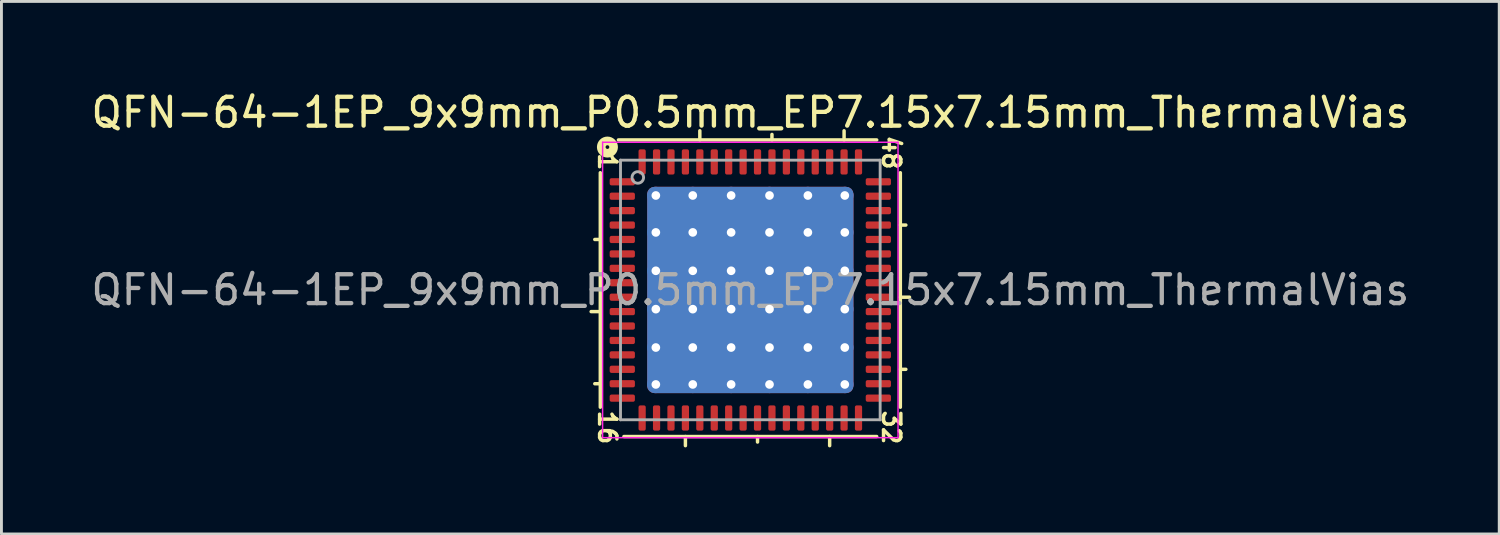
<source format=kicad_pcb>
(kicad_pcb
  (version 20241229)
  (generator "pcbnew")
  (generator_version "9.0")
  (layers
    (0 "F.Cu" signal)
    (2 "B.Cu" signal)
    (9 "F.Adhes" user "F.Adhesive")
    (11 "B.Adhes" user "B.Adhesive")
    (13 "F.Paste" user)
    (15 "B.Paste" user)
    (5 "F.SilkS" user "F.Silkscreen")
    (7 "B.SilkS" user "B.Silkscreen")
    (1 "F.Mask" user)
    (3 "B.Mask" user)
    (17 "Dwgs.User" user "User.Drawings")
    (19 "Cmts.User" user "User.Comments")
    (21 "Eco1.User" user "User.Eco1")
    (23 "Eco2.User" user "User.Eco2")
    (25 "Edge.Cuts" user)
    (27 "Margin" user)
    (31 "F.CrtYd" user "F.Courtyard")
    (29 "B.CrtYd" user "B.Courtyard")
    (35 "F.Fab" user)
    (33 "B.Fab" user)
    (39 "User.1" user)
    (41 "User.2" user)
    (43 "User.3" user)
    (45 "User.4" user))
  (footprint "QFN-64-1EP_9x9mm_P0.5mm_EP7.15x7.15mm_ThermalVias"
    (layer "F.Cu")
    (at 22.958 7.001)
    (property "Reference" "QFN-64-1EP_9x9mm_P0.5mm_EP7.15x7.15mm_ThermalVias" (at 0 -6.152 0) (layer "F.SilkS") (effects (font (size 1 1) (thickness 0.15))))
    (attr smd)
    (fp_line (start -5.2 -4.064) (end -5.2 4.064) (stroke (width 0.12) (type solid)) (layer "F.SilkS"))
    (fp_line (start -5.2 -1.75) (end -5.391 -1.75) (stroke (width 0.12) (type solid)) (layer "F.SilkS"))
    (fp_line (start -5.2 0.75) (end -5.518 0.75) (stroke (width 0.12) (type solid)) (layer "F.SilkS"))
    (fp_line (start -5.2 3.25) (end -5.391 3.25) (stroke (width 0.12) (type solid)) (layer "F.SilkS"))
    (fp_line (start -4.381 5.08) (end 4.381 5.08) (stroke (width 0.12) (type solid)) (layer "F.SilkS"))
    (fp_line (start -2.25 5.08) (end -2.25 5.397) (stroke (width 0.12) (type solid)) (layer "F.SilkS"))
    (fp_line (start -1.75 -5.2) (end -1.75 -5.518) (stroke (width 0.12) (type solid)) (layer "F.SilkS"))
    (fp_line (start 0.25 5.08) (end 0.25 5.271) (stroke (width 0.12) (type solid)) (layer "F.SilkS"))
    (fp_line (start 0.75 -5.2) (end 0.75 -5.391) (stroke (width 0.12) (type solid)) (layer "F.SilkS"))
    (fp_line (start 2.75 5.08) (end 2.75 5.397) (stroke (width 0.12) (type solid)) (layer "F.SilkS"))
    (fp_line (start 3.25 -5.2) (end 3.25 -5.518) (stroke (width 0.12) (type solid)) (layer "F.SilkS"))
    (fp_line (start 4.381 -5.2) (end -4.572 -5.2) (stroke (width 0.12) (type solid)) (layer "F.SilkS"))
    (fp_line (start 5.2 -2.25) (end 5.391 -2.25) (stroke (width 0.12) (type solid)) (layer "F.SilkS"))
    (fp_line (start 5.2 0.25) (end 5.518 0.25) (stroke (width 0.12) (type solid)) (layer "F.SilkS"))
    (fp_line (start 5.2 2.75) (end 5.391 2.75) (stroke (width 0.12) (type solid)) (layer "F.SilkS"))
    (fp_line (start 5.2 4.064) (end 5.2 -4.064) (stroke (width 0.12) (type solid)) (layer "F.SilkS"))
    (fp_circle (center -4.953 -4.953) (end -4.889 -4.953) (stroke (width 0.3) (type solid)) (fill no) (layer "F.SilkS"))
    (fp_line (start -5.12 -5.12) (end -5.12 5.12) (stroke (width 0.05) (type solid)) (layer "F.CrtYd"))
    (fp_line (start -5.12 5.12) (end 5.12 5.12) (stroke (width 0.05) (type solid)) (layer "F.CrtYd"))
    (fp_line (start 5.12 -5.12) (end -5.12 -5.12) (stroke (width 0.05) (type solid)) (layer "F.CrtYd"))
    (fp_line (start 5.12 5.12) (end 5.12 -5.12) (stroke (width 0.05) (type solid)) (layer "F.CrtYd"))
    (fp_line (start -4.5 -4.5) (end 4.5 -4.5) (stroke (width 0.1) (type solid)) (layer "F.Fab"))
    (fp_line (start -4.5 4.5) (end -4.5 -4.5) (stroke (width 0.1) (type solid)) (layer "F.Fab"))
    (fp_line (start 4.5 -4.5) (end 4.5 4.5) (stroke (width 0.1) (type solid)) (layer "F.Fab"))
    (fp_line (start 4.5 4.5) (end -4.5 4.5) (stroke (width 0.1) (type solid)) (layer "F.Fab"))
    (fp_circle (center -3.9 -3.9) (end -3.7 -3.9) (stroke (width 0.1) (type solid)) (fill no) (layer "F.Fab"))
    (fp_text user "32" (at 4.889 4.763 270) (unlocked yes) (layer "F.SilkS") (effects (font (size 0.6 0.6) (thickness 0.12))))
    (fp_text user "48" (at 4.889 -4.763 270) (unlocked yes) (layer "F.SilkS") (effects (font (size 0.6 0.6) (thickness 0.12))))
    (fp_text user "16" (at -4.953 4.763 270) (unlocked yes) (layer "F.SilkS") (effects (font (size 0.6 0.6) (thickness 0.12))))
    (fp_text user "1" (at -4.953 -4.445 270) (unlocked yes) (layer "F.SilkS") (effects (font (size 0.6 0.6) (thickness 0.12))))
    (fp_text user "${REFERENCE}" (at 0 0 0) (layer "F.Fab") (effects (font (size 1 1) (thickness 0.15))))
    (pad "" smd roundrect (at -2.66 -2.66) (size 1.153 1.153) (layers "F.Paste") (roundrect_rratio 0.217))
    (pad "" smd roundrect (at -2.66 -1.33) (size 1.153 1.153) (layers "F.Paste") (roundrect_rratio 0.217))
    (pad "" smd roundrect (at -2.66 0) (size 1.153 1.153) (layers "F.Paste") (roundrect_rratio 0.217))
    (pad "" smd roundrect (at -2.66 1.33) (size 1.153 1.153) (layers "F.Paste") (roundrect_rratio 0.217))
    (pad "" smd roundrect (at -2.66 2.66) (size 1.153 1.153) (layers "F.Paste") (roundrect_rratio 0.217))
    (pad "" smd roundrect (at -1.33 -2.66) (size 1.153 1.153) (layers "F.Paste") (roundrect_rratio 0.217))
    (pad "" smd roundrect (at -1.33 -1.33) (size 1.153 1.153) (layers "F.Paste") (roundrect_rratio 0.217))
    (pad "" smd roundrect (at -1.33 0) (size 1.153 1.153) (layers "F.Paste") (roundrect_rratio 0.217))
    (pad "" smd roundrect (at -1.33 1.33) (size 1.153 1.153) (layers "F.Paste") (roundrect_rratio 0.217))
    (pad "" smd roundrect (at -1.33 2.66) (size 1.153 1.153) (layers "F.Paste") (roundrect_rratio 0.217))
    (pad "" smd roundrect (at 0 -2.66) (size 1.153 1.153) (layers "F.Paste") (roundrect_rratio 0.217))
    (pad "" smd roundrect (at 0 -1.33) (size 1.153 1.153) (layers "F.Paste") (roundrect_rratio 0.217))
    (pad "" smd roundrect (at 0 0) (size 1.153 1.153) (layers "F.Paste") (roundrect_rratio 0.217))
    (pad "" smd roundrect (at 0 1.33) (size 1.153 1.153) (layers "F.Paste") (roundrect_rratio 0.217))
    (pad "" smd roundrect (at 0 2.66) (size 1.153 1.153) (layers "F.Paste") (roundrect_rratio 0.217))
    (pad "" smd roundrect (at 1.33 -2.66) (size 1.153 1.153) (layers "F.Paste") (roundrect_rratio 0.217))
    (pad "" smd roundrect (at 1.33 -1.33) (size 1.153 1.153) (layers "F.Paste") (roundrect_rratio 0.217))
    (pad "" smd roundrect (at 1.33 0) (size 1.153 1.153) (layers "F.Paste") (roundrect_rratio 0.217))
    (pad "" smd roundrect (at 1.33 1.33) (size 1.153 1.153) (layers "F.Paste") (roundrect_rratio 0.217))
    (pad "" smd roundrect (at 1.33 2.66) (size 1.153 1.153) (layers "F.Paste") (roundrect_rratio 0.217))
    (pad "" smd roundrect (at 2.66 -2.66) (size 1.153 1.153) (layers "F.Paste") (roundrect_rratio 0.217))
    (pad "" smd roundrect (at 2.66 -1.33) (size 1.153 1.153) (layers "F.Paste") (roundrect_rratio 0.217))
    (pad "" smd roundrect (at 2.66 0) (size 1.153 1.153) (layers "F.Paste") (roundrect_rratio 0.217))
    (pad "" smd roundrect (at 2.66 1.33) (size 1.153 1.153) (layers "F.Paste") (roundrect_rratio 0.217))
    (pad "" smd roundrect (at 2.66 2.66) (size 1.153 1.153) (layers "F.Paste") (roundrect_rratio 0.217))
    (pad "1" smd roundrect (at -4.438 -3.75) (size 0.875 0.25) (layers "F.Cu" "F.Mask" "F.Paste") (roundrect_rratio 0.25))
    (pad "2" smd roundrect (at -4.438 -3.25) (size 0.875 0.25) (layers "F.Cu" "F.Mask" "F.Paste") (roundrect_rratio 0.25))
    (pad "3" smd roundrect (at -4.438 -2.75) (size 0.875 0.25) (layers "F.Cu" "F.Mask" "F.Paste") (roundrect_rratio 0.25))
    (pad "4" smd roundrect (at -4.438 -2.25) (size 0.875 0.25) (layers "F.Cu" "F.Mask" "F.Paste") (roundrect_rratio 0.25))
    (pad "5" smd roundrect (at -4.438 -1.75) (size 0.875 0.25) (layers "F.Cu" "F.Mask" "F.Paste") (roundrect_rratio 0.25))
    (pad "6" smd roundrect (at -4.438 -1.25) (size 0.875 0.25) (layers "F.Cu" "F.Mask" "F.Paste") (roundrect_rratio 0.25))
    (pad "7" smd roundrect (at -4.438 -0.75) (size 0.875 0.25) (layers "F.Cu" "F.Mask" "F.Paste") (roundrect_rratio 0.25))
    (pad "8" smd roundrect (at -4.438 -0.25) (size 0.875 0.25) (layers "F.Cu" "F.Mask" "F.Paste") (roundrect_rratio 0.25))
    (pad "9" smd roundrect (at -4.438 0.25) (size 0.875 0.25) (layers "F.Cu" "F.Mask" "F.Paste") (roundrect_rratio 0.25))
    (pad "10" smd roundrect (at -4.438 0.75) (size 0.875 0.25) (layers "F.Cu" "F.Mask" "F.Paste") (roundrect_rratio 0.25))
    (pad "11" smd roundrect (at -4.438 1.25) (size 0.875 0.25) (layers "F.Cu" "F.Mask" "F.Paste") (roundrect_rratio 0.25))
    (pad "12" smd roundrect (at -4.438 1.75) (size 0.875 0.25) (layers "F.Cu" "F.Mask" "F.Paste") (roundrect_rratio 0.25))
    (pad "13" smd roundrect (at -4.438 2.25) (size 0.875 0.25) (layers "F.Cu" "F.Mask" "F.Paste") (roundrect_rratio 0.25))
    (pad "14" smd roundrect (at -4.438 2.75) (size 0.875 0.25) (layers "F.Cu" "F.Mask" "F.Paste") (roundrect_rratio 0.25))
    (pad "15" smd roundrect (at -4.438 3.25) (size 0.875 0.25) (layers "F.Cu" "F.Mask" "F.Paste") (roundrect_rratio 0.25))
    (pad "16" smd roundrect (at -4.438 3.75) (size 0.875 0.25) (layers "F.Cu" "F.Mask" "F.Paste") (roundrect_rratio 0.25))
    (pad "17" smd roundrect (at -3.75 4.438) (size 0.25 0.875) (layers "F.Cu" "F.Mask" "F.Paste") (roundrect_rratio 0.25))
    (pad "18" smd roundrect (at -3.25 4.438) (size 0.25 0.875) (layers "F.Cu" "F.Mask" "F.Paste") (roundrect_rratio 0.25))
    (pad "19" smd roundrect (at -2.75 4.438) (size 0.25 0.875) (layers "F.Cu" "F.Mask" "F.Paste") (roundrect_rratio 0.25))
    (pad "20" smd roundrect (at -2.25 4.438) (size 0.25 0.875) (layers "F.Cu" "F.Mask" "F.Paste") (roundrect_rratio 0.25))
    (pad "21" smd roundrect (at -1.75 4.438) (size 0.25 0.875) (layers "F.Cu" "F.Mask" "F.Paste") (roundrect_rratio 0.25))
    (pad "22" smd roundrect (at -1.25 4.438) (size 0.25 0.875) (layers "F.Cu" "F.Mask" "F.Paste") (roundrect_rratio 0.25))
    (pad "23" smd roundrect (at -0.75 4.438) (size 0.25 0.875) (layers "F.Cu" "F.Mask" "F.Paste") (roundrect_rratio 0.25))
    (pad "24" smd roundrect (at -0.25 4.438) (size 0.25 0.875) (layers "F.Cu" "F.Mask" "F.Paste") (roundrect_rratio 0.25))
    (pad "25" smd roundrect (at 0.25 4.438) (size 0.25 0.875) (layers "F.Cu" "F.Mask" "F.Paste") (roundrect_rratio 0.25))
    (pad "26" smd roundrect (at 0.75 4.438) (size 0.25 0.875) (layers "F.Cu" "F.Mask" "F.Paste") (roundrect_rratio 0.25))
    (pad "27" smd roundrect (at 1.25 4.438) (size 0.25 0.875) (layers "F.Cu" "F.Mask" "F.Paste") (roundrect_rratio 0.25))
    (pad "28" smd roundrect (at 1.75 4.438) (size 0.25 0.875) (layers "F.Cu" "F.Mask" "F.Paste") (roundrect_rratio 0.25))
    (pad "29" smd roundrect (at 2.25 4.438) (size 0.25 0.875) (layers "F.Cu" "F.Mask" "F.Paste") (roundrect_rratio 0.25))
    (pad "30" smd roundrect (at 2.75 4.438) (size 0.25 0.875) (layers "F.Cu" "F.Mask" "F.Paste") (roundrect_rratio 0.25))
    (pad "31" smd roundrect (at 3.25 4.438) (size 0.25 0.875) (layers "F.Cu" "F.Mask" "F.Paste") (roundrect_rratio 0.25))
    (pad "32" smd roundrect (at 3.75 4.438) (size 0.25 0.875) (layers "F.Cu" "F.Mask" "F.Paste") (roundrect_rratio 0.25))
    (pad "33" smd roundrect (at 4.438 3.75) (size 0.875 0.25) (layers "F.Cu" "F.Mask" "F.Paste") (roundrect_rratio 0.25))
    (pad "34" smd roundrect (at 4.438 3.25) (size 0.875 0.25) (layers "F.Cu" "F.Mask" "F.Paste") (roundrect_rratio 0.25))
    (pad "35" smd roundrect (at 4.438 2.75) (size 0.875 0.25) (layers "F.Cu" "F.Mask" "F.Paste") (roundrect_rratio 0.25))
    (pad "36" smd roundrect (at 4.438 2.25) (size 0.875 0.25) (layers "F.Cu" "F.Mask" "F.Paste") (roundrect_rratio 0.25))
    (pad "37" smd roundrect (at 4.438 1.75) (size 0.875 0.25) (layers "F.Cu" "F.Mask" "F.Paste") (roundrect_rratio 0.25))
    (pad "38" smd roundrect (at 4.438 1.25) (size 0.875 0.25) (layers "F.Cu" "F.Mask" "F.Paste") (roundrect_rratio 0.25))
    (pad "39" smd roundrect (at 4.438 0.75) (size 0.875 0.25) (layers "F.Cu" "F.Mask" "F.Paste") (roundrect_rratio 0.25))
    (pad "40" smd roundrect (at 4.438 0.25) (size 0.875 0.25) (layers "F.Cu" "F.Mask" "F.Paste") (roundrect_rratio 0.25))
    (pad "41" smd roundrect (at 4.438 -0.25) (size 0.875 0.25) (layers "F.Cu" "F.Mask" "F.Paste") (roundrect_rratio 0.25))
    (pad "42" smd roundrect (at 4.438 -0.75) (size 0.875 0.25) (layers "F.Cu" "F.Mask" "F.Paste") (roundrect_rratio 0.25))
    (pad "43" smd roundrect (at 4.438 -1.25) (size 0.875 0.25) (layers "F.Cu" "F.Mask" "F.Paste") (roundrect_rratio 0.25))
    (pad "44" smd roundrect (at 4.438 -1.75) (size 0.875 0.25) (layers "F.Cu" "F.Mask" "F.Paste") (roundrect_rratio 0.25))
    (pad "45" smd roundrect (at 4.438 -2.25) (size 0.875 0.25) (layers "F.Cu" "F.Mask" "F.Paste") (roundrect_rratio 0.25))
    (pad "46" smd roundrect (at 4.438 -2.75) (size 0.875 0.25) (layers "F.Cu" "F.Mask" "F.Paste") (roundrect_rratio 0.25))
    (pad "47" smd roundrect (at 4.438 -3.25) (size 0.875 0.25) (layers "F.Cu" "F.Mask" "F.Paste") (roundrect_rratio 0.25))
    (pad "48" smd roundrect (at 4.438 -3.75) (size 0.875 0.25) (layers "F.Cu" "F.Mask" "F.Paste") (roundrect_rratio 0.25))
    (pad "49" smd roundrect (at 3.75 -4.438) (size 0.25 0.875) (layers "F.Cu" "F.Mask" "F.Paste") (roundrect_rratio 0.25))
    (pad "50" smd roundrect (at 3.25 -4.438) (size 0.25 0.875) (layers "F.Cu" "F.Mask" "F.Paste") (roundrect_rratio 0.25))
    (pad "51" smd roundrect (at 2.75 -4.438) (size 0.25 0.875) (layers "F.Cu" "F.Mask" "F.Paste") (roundrect_rratio 0.25))
    (pad "52" smd roundrect (at 2.25 -4.438) (size 0.25 0.875) (layers "F.Cu" "F.Mask" "F.Paste") (roundrect_rratio 0.25))
    (pad "53" smd roundrect (at 1.75 -4.438) (size 0.25 0.875) (layers "F.Cu" "F.Mask" "F.Paste") (roundrect_rratio 0.25))
    (pad "54" smd roundrect (at 1.25 -4.438) (size 0.25 0.875) (layers "F.Cu" "F.Mask" "F.Paste") (roundrect_rratio 0.25))
    (pad "55" smd roundrect (at 0.75 -4.438) (size 0.25 0.875) (layers "F.Cu" "F.Mask" "F.Paste") (roundrect_rratio 0.25))
    (pad "56" smd roundrect (at 0.25 -4.438) (size 0.25 0.875) (layers "F.Cu" "F.Mask" "F.Paste") (roundrect_rratio 0.25))
    (pad "57" smd roundrect (at -0.25 -4.438) (size 0.25 0.875) (layers "F.Cu" "F.Mask" "F.Paste") (roundrect_rratio 0.25))
    (pad "58" smd roundrect (at -0.75 -4.438) (size 0.25 0.875) (layers "F.Cu" "F.Mask" "F.Paste") (roundrect_rratio 0.25))
    (pad "59" smd roundrect (at -1.25 -4.438) (size 0.25 0.875) (layers "F.Cu" "F.Mask" "F.Paste") (roundrect_rratio 0.25))
    (pad "60" smd roundrect (at -1.75 -4.438) (size 0.25 0.875) (layers "F.Cu" "F.Mask" "F.Paste") (roundrect_rratio 0.25))
    (pad "61" smd roundrect (at -2.25 -4.438) (size 0.25 0.875) (layers "F.Cu" "F.Mask" "F.Paste") (roundrect_rratio 0.25))
    (pad "62" smd roundrect (at -2.75 -4.438) (size 0.25 0.875) (layers "F.Cu" "F.Mask" "F.Paste") (roundrect_rratio 0.25))
    (pad "63" smd roundrect (at -3.25 -4.438) (size 0.25 0.875) (layers "F.Cu" "F.Mask" "F.Paste") (roundrect_rratio 0.25))
    (pad "64" smd roundrect (at -3.75 -4.438) (size 0.25 0.875) (layers "F.Cu" "F.Mask" "F.Paste") (roundrect_rratio 0.25))
    (pad "65" thru_hole circle (at -3.275 -3.275) (size 0.6 0.6) (drill 0.3) (property pad_prop_heatsink) (layers "*.Cu"))
    (pad "65" thru_hole circle (at -3.275 -1.995) (size 0.6 0.6) (drill 0.3) (property pad_prop_heatsink) (layers "*.Cu"))
    (pad "65" thru_hole circle (at -3.275 -0.665) (size 0.6 0.6) (drill 0.3) (property pad_prop_heatsink) (layers "*.Cu"))
    (pad "65" thru_hole circle (at -3.275 0.665) (size 0.6 0.6) (drill 0.3) (property pad_prop_heatsink) (layers "*.Cu"))
    (pad "65" thru_hole circle (at -3.275 1.995) (size 0.6 0.6) (drill 0.3) (property pad_prop_heatsink) (layers "*.Cu"))
    (pad "65" thru_hole circle (at -3.275 3.275) (size 0.6 0.6) (drill 0.3) (property pad_prop_heatsink) (layers "*.Cu"))
    (pad "65" thru_hole circle (at -1.995 -3.275) (size 0.6 0.6) (drill 0.3) (property pad_prop_heatsink) (layers "*.Cu"))
    (pad "65" thru_hole circle (at -1.995 -1.995) (size 0.6 0.6) (drill 0.3) (property pad_prop_heatsink) (layers "*.Cu"))
    (pad "65" thru_hole circle (at -1.995 -0.665) (size 0.6 0.6) (drill 0.3) (property pad_prop_heatsink) (layers "*.Cu"))
    (pad "65" thru_hole circle (at -1.995 0.665) (size 0.6 0.6) (drill 0.3) (property pad_prop_heatsink) (layers "*.Cu"))
    (pad "65" thru_hole circle (at -1.995 1.995) (size 0.6 0.6) (drill 0.3) (property pad_prop_heatsink) (layers "*.Cu"))
    (pad "65" thru_hole circle (at -1.995 3.275) (size 0.6 0.6) (drill 0.3) (property pad_prop_heatsink) (layers "*.Cu"))
    (pad "65" thru_hole circle (at -0.665 -3.275) (size 0.6 0.6) (drill 0.3) (property pad_prop_heatsink) (layers "*.Cu"))
    (pad "65" thru_hole circle (at -0.665 -1.995) (size 0.6 0.6) (drill 0.3) (property pad_prop_heatsink) (layers "*.Cu"))
    (pad "65" thru_hole circle (at -0.665 -0.665) (size 0.6 0.6) (drill 0.3) (property pad_prop_heatsink) (layers "*.Cu"))
    (pad "65" thru_hole circle (at -0.665 0.665) (size 0.6 0.6) (drill 0.3) (property pad_prop_heatsink) (layers "*.Cu"))
    (pad "65" thru_hole circle (at -0.665 1.995) (size 0.6 0.6) (drill 0.3) (property pad_prop_heatsink) (layers "*.Cu"))
    (pad "65" thru_hole circle (at -0.665 3.275) (size 0.6 0.6) (drill 0.3) (property pad_prop_heatsink) (layers "*.Cu"))
    (pad "65" smd roundrect (at 0 0) (size 7.15 7.15) (layers "F.Cu" "F.Mask") (roundrect_rratio 0.035))
    (pad "65" smd roundrect (at 0 0) (size 7.15 7.15) (layers "B.Cu" "B.Mask") (roundrect_rratio 0.035))
    (pad "65" thru_hole circle (at 0.665 -3.275) (size 0.6 0.6) (drill 0.3) (property pad_prop_heatsink) (layers "*.Cu"))
    (pad "65" thru_hole circle (at 0.665 -1.995) (size 0.6 0.6) (drill 0.3) (property pad_prop_heatsink) (layers "*.Cu"))
    (pad "65" thru_hole circle (at 0.665 -0.665) (size 0.6 0.6) (drill 0.3) (property pad_prop_heatsink) (layers "*.Cu"))
    (pad "65" thru_hole circle (at 0.665 0.665) (size 0.6 0.6) (drill 0.3) (property pad_prop_heatsink) (layers "*.Cu"))
    (pad "65" thru_hole circle (at 0.665 1.995) (size 0.6 0.6) (drill 0.3) (property pad_prop_heatsink) (layers "*.Cu"))
    (pad "65" thru_hole circle (at 0.665 3.275) (size 0.6 0.6) (drill 0.3) (property pad_prop_heatsink) (layers "*.Cu"))
    (pad "65" thru_hole circle (at 1.995 -3.275) (size 0.6 0.6) (drill 0.3) (property pad_prop_heatsink) (layers "*.Cu"))
    (pad "65" thru_hole circle (at 1.995 -1.995) (size 0.6 0.6) (drill 0.3) (property pad_prop_heatsink) (layers "*.Cu"))
    (pad "65" thru_hole circle (at 1.995 -0.665) (size 0.6 0.6) (drill 0.3) (property pad_prop_heatsink) (layers "*.Cu"))
    (pad "65" thru_hole circle (at 1.995 0.665) (size 0.6 0.6) (drill 0.3) (property pad_prop_heatsink) (layers "*.Cu"))
    (pad "65" thru_hole circle (at 1.995 1.995) (size 0.6 0.6) (drill 0.3) (property pad_prop_heatsink) (layers "*.Cu"))
    (pad "65" thru_hole circle (at 1.995 3.275) (size 0.6 0.6) (drill 0.3) (property pad_prop_heatsink) (layers "*.Cu"))
    (pad "65" thru_hole circle (at 3.275 -3.275) (size 0.6 0.6) (drill 0.3) (property pad_prop_heatsink) (layers "*.Cu"))
    (pad "65" thru_hole circle (at 3.275 -1.995) (size 0.6 0.6) (drill 0.3) (property pad_prop_heatsink) (layers "*.Cu"))
    (pad "65" thru_hole circle (at 3.275 -0.665) (size 0.6 0.6) (drill 0.3) (property pad_prop_heatsink) (layers "*.Cu"))
    (pad "65" thru_hole circle (at 3.275 0.665) (size 0.6 0.6) (drill 0.3) (property pad_prop_heatsink) (layers "*.Cu"))
    (pad "65" thru_hole circle (at 3.275 1.995) (size 0.6 0.6) (drill 0.3) (property pad_prop_heatsink) (layers "*.Cu"))
    (pad "65" thru_hole circle (at 3.275 3.275) (size 0.6 0.6) (drill 0.3) (property pad_prop_heatsink) (layers "*.Cu")))
  (gr_rect
    (start -3 -3)
    (end 48.917 15.458)
    (stroke (width 0.1) (type default))
    (fill no)
    (layer "Edge.Cuts")))
</source>
